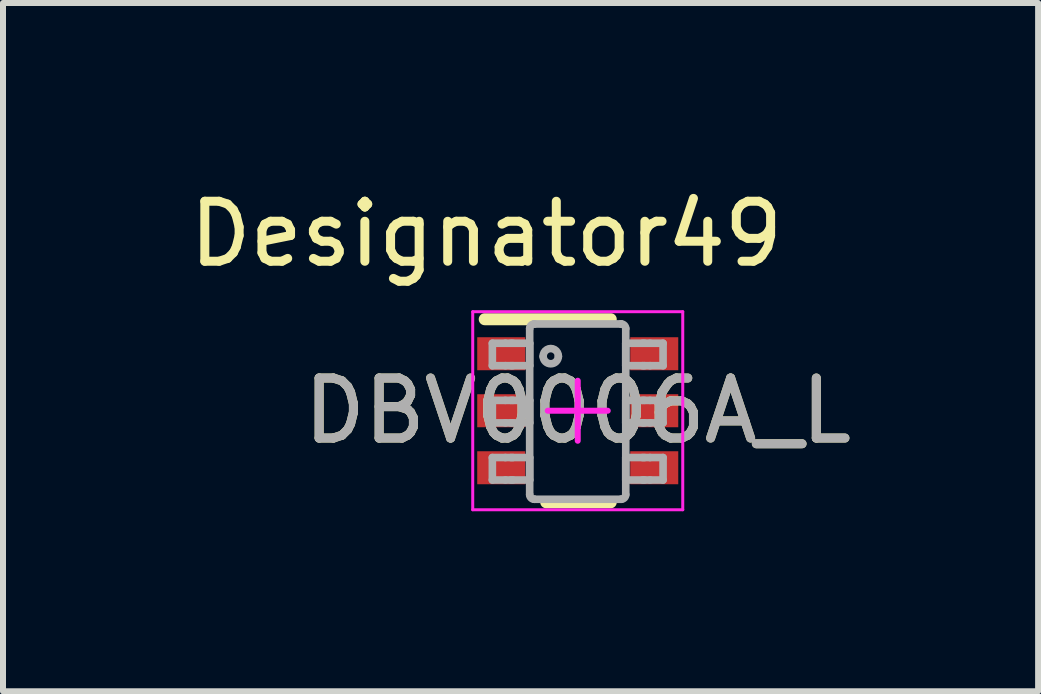
<source format=kicad_pcb>
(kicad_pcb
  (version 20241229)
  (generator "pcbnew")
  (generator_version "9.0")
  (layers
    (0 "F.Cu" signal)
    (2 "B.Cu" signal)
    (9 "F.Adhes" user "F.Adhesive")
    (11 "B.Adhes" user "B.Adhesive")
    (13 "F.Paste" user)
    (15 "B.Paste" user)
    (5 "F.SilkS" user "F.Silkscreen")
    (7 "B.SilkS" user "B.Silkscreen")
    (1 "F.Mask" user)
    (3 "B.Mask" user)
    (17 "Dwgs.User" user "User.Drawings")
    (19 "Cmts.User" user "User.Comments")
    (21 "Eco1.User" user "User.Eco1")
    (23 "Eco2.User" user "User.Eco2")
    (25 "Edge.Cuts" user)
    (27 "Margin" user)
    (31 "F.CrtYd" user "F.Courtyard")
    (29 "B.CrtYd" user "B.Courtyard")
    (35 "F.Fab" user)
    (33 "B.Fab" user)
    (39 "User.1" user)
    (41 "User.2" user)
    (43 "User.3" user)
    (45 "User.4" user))
  (footprint "DBV0006A_L"
    (layer "F.Cu")
    (at 6.578 3.795)
    (property "Reference" "DBV0006A_L" (at 0 0 0) (unlocked yes) (layer "F.SilkS") (effects (font (size 1 1) (thickness 0.15))))
    (attr smd)
    (fp_line (start -1.55 -1.525) (end 0.55 -1.525) (stroke (width 0.2) (type solid)) (layer "F.SilkS"))
    (fp_line (start -0.525 1.525) (end 0.55 1.525) (stroke (width 0.2) (type solid)) (layer "F.SilkS"))
    (fp_line (start -1.75 -1.65) (end 1.75 -1.65) (stroke (width 0.05) (type solid)) (layer "F.CrtYd"))
    (fp_line (start -1.75 1.65) (end -1.75 -1.65) (stroke (width 0.05) (type solid)) (layer "F.CrtYd"))
    (fp_line (start -1.75 1.65) (end 1.75 1.65) (stroke (width 0.05) (type solid)) (layer "F.CrtYd"))
    (fp_line (start -0.5 0) (end 0.5 0) (stroke (width 0.1) (type solid)) (layer "F.CrtYd"))
    (fp_line (start 0 0.5) (end 0 -0.5) (stroke (width 0.1) (type solid)) (layer "F.CrtYd"))
    (fp_line (start 1.75 1.65) (end 1.75 -1.65) (stroke (width 0.05) (type solid)) (layer "F.CrtYd"))
    (fp_line (start -1.423 -1.125) (end -1.206 -1.125) (stroke (width 0.127) (type solid)) (layer "F.Fab"))
    (fp_line (start -1.423 -0.751) (end -1.423 -1.125) (stroke (width 0.127) (type solid)) (layer "F.Fab"))
    (fp_line (start -1.423 -0.751) (end -1.206 -0.751) (stroke (width 0.127) (type solid)) (layer "F.Fab"))
    (fp_line (start -1.423 -0.173) (end -1.206 -0.173) (stroke (width 0.127) (type solid)) (layer "F.Fab"))
    (fp_line (start -1.423 0.202) (end -1.423 -0.173) (stroke (width 0.127) (type solid)) (layer "F.Fab"))
    (fp_line (start -1.423 0.202) (end -1.206 0.202) (stroke (width 0.127) (type solid)) (layer "F.Fab"))
    (fp_line (start -1.423 0.78) (end -1.206 0.78) (stroke (width 0.127) (type solid)) (layer "F.Fab"))
    (fp_line (start -1.423 1.154) (end -1.423 0.78) (stroke (width 0.127) (type solid)) (layer "F.Fab"))
    (fp_line (start -1.423 1.154) (end -1.206 1.154) (stroke (width 0.127) (type solid)) (layer "F.Fab"))
    (fp_line (start -1.206 -1.125) (end -1.113 -1.125) (stroke (width 0.127) (type solid)) (layer "F.Fab"))
    (fp_line (start -1.206 -0.751) (end -1.113 -0.751) (stroke (width 0.127) (type solid)) (layer "F.Fab"))
    (fp_line (start -1.206 -0.173) (end -1.113 -0.173) (stroke (width 0.127) (type solid)) (layer "F.Fab"))
    (fp_line (start -1.206 0.202) (end -1.113 0.202) (stroke (width 0.127) (type solid)) (layer "F.Fab"))
    (fp_line (start -1.206 0.78) (end -1.113 0.78) (stroke (width 0.127) (type solid)) (layer "F.Fab"))
    (fp_line (start -1.206 1.154) (end -1.113 1.154) (stroke (width 0.127) (type solid)) (layer "F.Fab"))
    (fp_line (start -1.113 -1.125) (end -1.081 -1.125) (stroke (width 0.127) (type solid)) (layer "F.Fab"))
    (fp_line (start -1.113 -0.751) (end -1.081 -0.751) (stroke (width 0.127) (type solid)) (layer "F.Fab"))
    (fp_line (start -1.113 -0.173) (end -1.081 -0.173) (stroke (width 0.127) (type solid)) (layer "F.Fab"))
    (fp_line (start -1.113 0.202) (end -1.081 0.202) (stroke (width 0.127) (type solid)) (layer "F.Fab"))
    (fp_line (start -1.113 0.78) (end -1.081 0.78) (stroke (width 0.127) (type solid)) (layer "F.Fab"))
    (fp_line (start -1.113 1.154) (end -1.081 1.154) (stroke (width 0.127) (type solid)) (layer "F.Fab"))
    (fp_line (start -1.081 -1.125) (end -0.828 -1.125) (stroke (width 0.127) (type solid)) (layer "F.Fab"))
    (fp_line (start -1.081 -0.751) (end -0.828 -0.751) (stroke (width 0.127) (type solid)) (layer "F.Fab"))
    (fp_line (start -1.081 -0.173) (end -0.828 -0.173) (stroke (width 0.127) (type solid)) (layer "F.Fab"))
    (fp_line (start -1.081 0.202) (end -0.828 0.202) (stroke (width 0.127) (type solid)) (layer "F.Fab"))
    (fp_line (start -1.081 0.78) (end -0.828 0.78) (stroke (width 0.127) (type solid)) (layer "F.Fab"))
    (fp_line (start -1.081 1.154) (end -0.828 1.154) (stroke (width 0.127) (type solid)) (layer "F.Fab"))
    (fp_line (start -0.828 -1.125) (end -0.801 -1.125) (stroke (width 0.127) (type solid)) (layer "F.Fab"))
    (fp_line (start -0.828 -0.751) (end -0.801 -0.751) (stroke (width 0.127) (type solid)) (layer "F.Fab"))
    (fp_line (start -0.828 -0.173) (end -0.801 -0.173) (stroke (width 0.127) (type solid)) (layer "F.Fab"))
    (fp_line (start -0.828 0.202) (end -0.801 0.202) (stroke (width 0.127) (type solid)) (layer "F.Fab"))
    (fp_line (start -0.828 0.78) (end -0.801 0.78) (stroke (width 0.127) (type solid)) (layer "F.Fab"))
    (fp_line (start -0.828 1.154) (end -0.801 1.154) (stroke (width 0.127) (type solid)) (layer "F.Fab"))
    (fp_line (start -0.801 -0.751) (end -0.801 -1.125) (stroke (width 0.127) (type solid)) (layer "F.Fab"))
    (fp_line (start -0.801 0.202) (end -0.801 -0.173) (stroke (width 0.127) (type solid)) (layer "F.Fab"))
    (fp_line (start -0.801 1.154) (end -0.801 0.78) (stroke (width 0.127) (type solid)) (layer "F.Fab"))
    (fp_line (start -0.801 1.399) (end -0.801 -1.37) (stroke (width 0.127) (type solid)) (layer "F.Fab"))
    (fp_line (start -0.725 -1.446) (end -0.724 -1.446) (stroke (width 0.127) (type solid)) (layer "F.Fab"))
    (fp_line (start -0.725 1.475) (end -0.724 1.475) (stroke (width 0.127) (type solid)) (layer "F.Fab"))
    (fp_line (start -0.724 -1.446) (end 0.723 -1.446) (stroke (width 0.127) (type solid)) (layer "F.Fab"))
    (fp_line (start -0.724 1.475) (end 0.723 1.475) (stroke (width 0.127) (type solid)) (layer "F.Fab"))
    (fp_line (start 0.723 -1.446) (end 0.724 -1.446) (stroke (width 0.127) (type solid)) (layer "F.Fab"))
    (fp_line (start 0.723 1.475) (end 0.724 1.475) (stroke (width 0.127) (type solid)) (layer "F.Fab"))
    (fp_line (start 0.8 -1.125) (end 0.827 -1.125) (stroke (width 0.127) (type solid)) (layer "F.Fab"))
    (fp_line (start 0.8 -0.751) (end 0.8 -1.125) (stroke (width 0.127) (type solid)) (layer "F.Fab"))
    (fp_line (start 0.8 -0.751) (end 0.827 -0.751) (stroke (width 0.127) (type solid)) (layer "F.Fab"))
    (fp_line (start 0.8 -0.173) (end 0.827 -0.173) (stroke (width 0.127) (type solid)) (layer "F.Fab"))
    (fp_line (start 0.8 0.202) (end 0.8 -0.173) (stroke (width 0.127) (type solid)) (layer "F.Fab"))
    (fp_line (start 0.8 0.202) (end 0.827 0.202) (stroke (width 0.127) (type solid)) (layer "F.Fab"))
    (fp_line (start 0.8 0.78) (end 0.827 0.78) (stroke (width 0.127) (type solid)) (layer "F.Fab"))
    (fp_line (start 0.8 1.154) (end 0.8 0.78) (stroke (width 0.127) (type solid)) (layer "F.Fab"))
    (fp_line (start 0.8 1.154) (end 0.827 1.154) (stroke (width 0.127) (type solid)) (layer "F.Fab"))
    (fp_line (start 0.8 1.399) (end 0.8 -1.37) (stroke (width 0.127) (type solid)) (layer "F.Fab"))
    (fp_line (start 0.827 -1.125) (end 1.08 -1.125) (stroke (width 0.127) (type solid)) (layer "F.Fab"))
    (fp_line (start 0.827 -0.751) (end 1.08 -0.751) (stroke (width 0.127) (type solid)) (layer "F.Fab"))
    (fp_line (start 0.827 -0.173) (end 1.08 -0.173) (stroke (width 0.127) (type solid)) (layer "F.Fab"))
    (fp_line (start 0.827 0.202) (end 1.08 0.202) (stroke (width 0.127) (type solid)) (layer "F.Fab"))
    (fp_line (start 0.827 0.78) (end 1.08 0.78) (stroke (width 0.127) (type solid)) (layer "F.Fab"))
    (fp_line (start 0.827 1.154) (end 1.08 1.154) (stroke (width 0.127) (type solid)) (layer "F.Fab"))
    (fp_line (start 1.08 -1.125) (end 1.112 -1.125) (stroke (width 0.127) (type solid)) (layer "F.Fab"))
    (fp_line (start 1.08 -0.751) (end 1.112 -0.751) (stroke (width 0.127) (type solid)) (layer "F.Fab"))
    (fp_line (start 1.08 -0.173) (end 1.112 -0.173) (stroke (width 0.127) (type solid)) (layer "F.Fab"))
    (fp_line (start 1.08 0.202) (end 1.112 0.202) (stroke (width 0.127) (type solid)) (layer "F.Fab"))
    (fp_line (start 1.08 0.78) (end 1.112 0.78) (stroke (width 0.127) (type solid)) (layer "F.Fab"))
    (fp_line (start 1.08 1.154) (end 1.112 1.154) (stroke (width 0.127) (type solid)) (layer "F.Fab"))
    (fp_line (start 1.112 -1.125) (end 1.205 -1.125) (stroke (width 0.127) (type solid)) (layer "F.Fab"))
    (fp_line (start 1.112 -0.751) (end 1.205 -0.751) (stroke (width 0.127) (type solid)) (layer "F.Fab"))
    (fp_line (start 1.112 -0.173) (end 1.205 -0.173) (stroke (width 0.127) (type solid)) (layer "F.Fab"))
    (fp_line (start 1.112 0.202) (end 1.205 0.202) (stroke (width 0.127) (type solid)) (layer "F.Fab"))
    (fp_line (start 1.112 0.78) (end 1.205 0.78) (stroke (width 0.127) (type solid)) (layer "F.Fab"))
    (fp_line (start 1.112 1.154) (end 1.205 1.154) (stroke (width 0.127) (type solid)) (layer "F.Fab"))
    (fp_line (start 1.205 -1.125) (end 1.422 -1.125) (stroke (width 0.127) (type solid)) (layer "F.Fab"))
    (fp_line (start 1.205 -0.751) (end 1.422 -0.751) (stroke (width 0.127) (type solid)) (layer "F.Fab"))
    (fp_line (start 1.205 -0.173) (end 1.422 -0.173) (stroke (width 0.127) (type solid)) (layer "F.Fab"))
    (fp_line (start 1.205 0.202) (end 1.422 0.202) (stroke (width 0.127) (type solid)) (layer "F.Fab"))
    (fp_line (start 1.205 0.78) (end 1.422 0.78) (stroke (width 0.127) (type solid)) (layer "F.Fab"))
    (fp_line (start 1.205 1.154) (end 1.422 1.154) (stroke (width 0.127) (type solid)) (layer "F.Fab"))
    (fp_line (start 1.422 -0.751) (end 1.422 -1.125) (stroke (width 0.127) (type solid)) (layer "F.Fab"))
    (fp_line (start 1.422 0.202) (end 1.422 -0.173) (stroke (width 0.127) (type solid)) (layer "F.Fab"))
    (fp_line (start 1.422 1.154) (end 1.422 0.78) (stroke (width 0.127) (type solid)) (layer "F.Fab"))
    (fp_arc (start -0.800692 -1.369901) (mid -0.778512 -1.423533) (end -0.724999 -1.446) (stroke (width 0.127) (type solid)) (layer "F.Fab"))
    (fp_arc (start -0.724999 1.475002) (mid -0.778507 1.452548) (end -0.800692 1.398928) (stroke (width 0.127) (type solid)) (layer "F.Fab"))
    (fp_arc (start -0.576537 -0.906071) (mid -0.449562 -1.033046) (end -0.322588 -0.906071) (stroke (width 0.127) (type solid)) (layer "F.Fab"))
    (fp_arc (start -0.322588 -0.906071) (mid -0.449562 -0.779097) (end -0.576537 -0.906071) (stroke (width 0.127) (type solid)) (layer "F.Fab"))
    (fp_arc (start 0.723841 -1.446) (mid 0.777341 -1.423528) (end 0.799508 -1.369901) (stroke (width 0.127) (type solid)) (layer "F.Fab"))
    (fp_arc (start 0.799508 1.398928) (mid 0.777336 1.452543) (end 0.723841 1.475002) (stroke (width 0.127) (type solid)) (layer "F.Fab"))
    (fp_text user "Designator49" (at -1.524 -2.946 0) (unlocked yes) (layer "F.SilkS") (effects (font (size 1 1) (thickness 0.15))))
    (fp_text user "${REFERENCE}" (at 0 0 0) (unlocked yes) (layer "F.Fab") (effects (font (size 1 1) (thickness 0.15))))
    (pad "1" smd rect (at -1.275 -0.95 90) (size 0.55 0.8) (layers "F.Cu" "F.Mask" "F.Paste"))
    (pad "2" smd rect (at -1.275 0 90) (size 0.55 0.8) (layers "F.Cu" "F.Mask" "F.Paste"))
    (pad "3" smd rect (at -1.275 0.95 90) (size 0.55 0.8) (layers "F.Cu" "F.Mask" "F.Paste"))
    (pad "4" smd rect (at 1.275 0.95 90) (size 0.55 0.8) (layers "F.Cu" "F.Mask" "F.Paste"))
    (pad "5" smd rect (at 1.275 0 90) (size 0.55 0.8) (layers "F.Cu" "F.Mask" "F.Paste"))
    (pad "6" smd rect (at 1.275 -0.95 90) (size 0.55 0.8) (layers "F.Cu" "F.Mask" "F.Paste")))
  (gr_rect
    (start -3 -3)
    (end 14.25 8.47)
    (stroke (width 0.1) (type default))
    (fill no)
    (layer "Edge.Cuts")))
</source>
